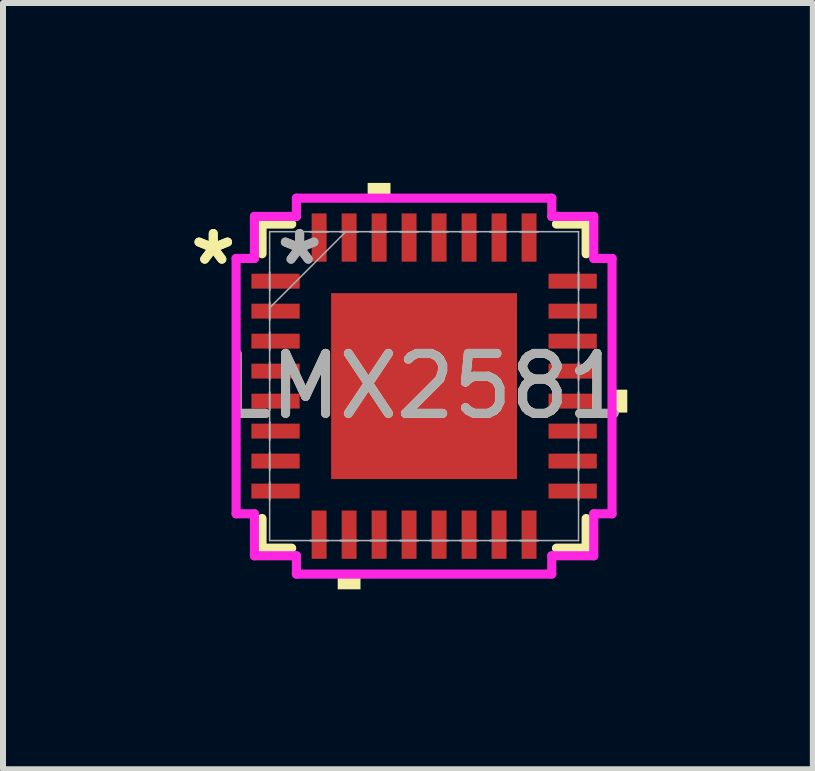
<source format=kicad_pcb>
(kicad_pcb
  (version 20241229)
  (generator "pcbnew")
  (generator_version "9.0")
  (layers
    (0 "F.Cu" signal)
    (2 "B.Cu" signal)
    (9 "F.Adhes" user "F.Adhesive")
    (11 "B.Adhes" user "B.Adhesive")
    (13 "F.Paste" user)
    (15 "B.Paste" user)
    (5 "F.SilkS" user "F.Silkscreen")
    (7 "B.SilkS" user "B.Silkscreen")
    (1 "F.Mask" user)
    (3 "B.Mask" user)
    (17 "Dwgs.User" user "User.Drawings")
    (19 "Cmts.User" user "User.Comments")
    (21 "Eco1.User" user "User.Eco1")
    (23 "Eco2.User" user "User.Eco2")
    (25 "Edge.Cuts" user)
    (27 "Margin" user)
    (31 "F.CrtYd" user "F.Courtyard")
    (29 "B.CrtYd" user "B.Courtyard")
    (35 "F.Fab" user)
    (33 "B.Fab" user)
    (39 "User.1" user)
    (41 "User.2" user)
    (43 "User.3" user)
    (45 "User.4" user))
  (footprint "LMX2581"
    (layer "F.Cu")
    (at 4.021 3.388)
    (property "Reference" "LMX2581" (at 0 0 0) (unlocked yes) (layer "F.SilkS") (effects (font (size 1 1) (thickness 0.15))))
    (attr smd)
    (fp_line (start -2.702 -2.702) (end -2.702 -2.207) (stroke (width 0.152) (type solid)) (layer "F.SilkS"))
    (fp_line (start -2.702 2.207) (end -2.702 2.702) (stroke (width 0.152) (type solid)) (layer "F.SilkS"))
    (fp_line (start -2.702 2.702) (end -2.207 2.702) (stroke (width 0.152) (type solid)) (layer "F.SilkS"))
    (fp_line (start -2.207 -2.702) (end -2.702 -2.702) (stroke (width 0.152) (type solid)) (layer "F.SilkS"))
    (fp_line (start 2.207 2.702) (end 2.702 2.702) (stroke (width 0.152) (type solid)) (layer "F.SilkS"))
    (fp_line (start 2.702 -2.702) (end 2.207 -2.702) (stroke (width 0.152) (type solid)) (layer "F.SilkS"))
    (fp_line (start 2.702 -2.207) (end 2.702 -2.702) (stroke (width 0.152) (type solid)) (layer "F.SilkS"))
    (fp_line (start 2.702 2.702) (end 2.702 2.207) (stroke (width 0.152) (type solid)) (layer "F.SilkS"))
    (fp_poly (pts (xy -1.44 3.134) (xy -1.44 3.388) (xy -1.06 3.388) (xy -1.06 3.134)) (stroke (width 0) (type solid)) (fill yes) (layer "F.SilkS"))
    (fp_poly (pts (xy -0.941 -3.134) (xy -0.941 -3.388) (xy -0.56 -3.388) (xy -0.56 -3.134)) (stroke (width 0) (type solid)) (fill yes) (layer "F.SilkS"))
    (fp_poly (pts (xy 3.388 0.059) (xy 3.388 0.441) (xy 3.134 0.441) (xy 3.134 0.059)) (stroke (width 0) (type solid)) (fill yes) (layer "F.SilkS"))
    (fp_poly (pts (xy -1.45 -1.45) (xy -1.45 -0.1) (xy -0.1 -0.1) (xy -0.1 -1.45)) (stroke (width 0) (type solid)) (fill yes) (layer "F.Paste"))
    (fp_poly (pts (xy -1.45 0.1) (xy -1.45 1.45) (xy -0.1 1.45) (xy -0.1 0.1)) (stroke (width 0) (type solid)) (fill yes) (layer "F.Paste"))
    (fp_poly (pts (xy 0.1 -1.45) (xy 0.1 -0.1) (xy 1.45 -0.1) (xy 1.45 -1.45)) (stroke (width 0) (type solid)) (fill yes) (layer "F.Paste"))
    (fp_poly (pts (xy 0.1 0.1) (xy 0.1 1.45) (xy 1.45 1.45) (xy 1.45 0.1)) (stroke (width 0) (type solid)) (fill yes) (layer "F.Paste"))
    (fp_line (start -3.134 -2.129) (end -2.829 -2.129) (stroke (width 0.152) (type solid)) (layer "F.CrtYd"))
    (fp_line (start -3.134 2.129) (end -3.134 -2.129) (stroke (width 0.152) (type solid)) (layer "F.CrtYd"))
    (fp_line (start -2.829 -2.829) (end -2.129 -2.829) (stroke (width 0.152) (type solid)) (layer "F.CrtYd"))
    (fp_line (start -2.829 -2.129) (end -2.829 -2.829) (stroke (width 0.152) (type solid)) (layer "F.CrtYd"))
    (fp_line (start -2.829 2.129) (end -3.134 2.129) (stroke (width 0.152) (type solid)) (layer "F.CrtYd"))
    (fp_line (start -2.829 2.829) (end -2.829 2.129) (stroke (width 0.152) (type solid)) (layer "F.CrtYd"))
    (fp_line (start -2.129 -3.134) (end 2.129 -3.134) (stroke (width 0.152) (type solid)) (layer "F.CrtYd"))
    (fp_line (start -2.129 -2.829) (end -2.129 -3.134) (stroke (width 0.152) (type solid)) (layer "F.CrtYd"))
    (fp_line (start -2.129 2.829) (end -2.829 2.829) (stroke (width 0.152) (type solid)) (layer "F.CrtYd"))
    (fp_line (start -2.129 3.134) (end -2.129 2.829) (stroke (width 0.152) (type solid)) (layer "F.CrtYd"))
    (fp_line (start 2.129 -3.134) (end 2.129 -2.829) (stroke (width 0.152) (type solid)) (layer "F.CrtYd"))
    (fp_line (start 2.129 -2.829) (end 2.829 -2.829) (stroke (width 0.152) (type solid)) (layer "F.CrtYd"))
    (fp_line (start 2.129 2.829) (end 2.129 3.134) (stroke (width 0.152) (type solid)) (layer "F.CrtYd"))
    (fp_line (start 2.129 3.134) (end -2.129 3.134) (stroke (width 0.152) (type solid)) (layer "F.CrtYd"))
    (fp_line (start 2.829 -2.829) (end 2.829 -2.129) (stroke (width 0.152) (type solid)) (layer "F.CrtYd"))
    (fp_line (start 2.829 -2.129) (end 3.134 -2.129) (stroke (width 0.152) (type solid)) (layer "F.CrtYd"))
    (fp_line (start 2.829 2.129) (end 2.829 2.829) (stroke (width 0.152) (type solid)) (layer "F.CrtYd"))
    (fp_line (start 2.829 2.829) (end 2.129 2.829) (stroke (width 0.152) (type solid)) (layer "F.CrtYd"))
    (fp_line (start 3.134 -2.129) (end 3.134 2.129) (stroke (width 0.152) (type solid)) (layer "F.CrtYd"))
    (fp_line (start 3.134 2.129) (end 2.829 2.129) (stroke (width 0.152) (type solid)) (layer "F.CrtYd"))
    (fp_line (start -2.575 -2.575) (end -2.575 -2.575) (stroke (width 0.025) (type solid)) (layer "F.Fab"))
    (fp_line (start -2.575 -2.575) (end -2.575 2.575) (stroke (width 0.025) (type solid)) (layer "F.Fab"))
    (fp_line (start -2.575 -1.9) (end -2.575 -1.9) (stroke (width 0.025) (type solid)) (layer "F.Fab"))
    (fp_line (start -2.575 -1.9) (end -2.575 -1.6) (stroke (width 0.025) (type solid)) (layer "F.Fab"))
    (fp_line (start -2.575 -1.6) (end -2.575 -1.9) (stroke (width 0.025) (type solid)) (layer "F.Fab"))
    (fp_line (start -2.575 -1.6) (end -2.575 -1.6) (stroke (width 0.025) (type solid)) (layer "F.Fab"))
    (fp_line (start -2.575 -1.4) (end -2.575 -1.4) (stroke (width 0.025) (type solid)) (layer "F.Fab"))
    (fp_line (start -2.575 -1.4) (end -2.575 -1.1) (stroke (width 0.025) (type solid)) (layer "F.Fab"))
    (fp_line (start -2.575 -1.305) (end -1.305 -2.575) (stroke (width 0.025) (type solid)) (layer "F.Fab"))
    (fp_line (start -2.575 -1.1) (end -2.575 -1.4) (stroke (width 0.025) (type solid)) (layer "F.Fab"))
    (fp_line (start -2.575 -1.1) (end -2.575 -1.1) (stroke (width 0.025) (type solid)) (layer "F.Fab"))
    (fp_line (start -2.575 -0.9) (end -2.575 -0.9) (stroke (width 0.025) (type solid)) (layer "F.Fab"))
    (fp_line (start -2.575 -0.9) (end -2.575 -0.6) (stroke (width 0.025) (type solid)) (layer "F.Fab"))
    (fp_line (start -2.575 -0.6) (end -2.575 -0.9) (stroke (width 0.025) (type solid)) (layer "F.Fab"))
    (fp_line (start -2.575 -0.6) (end -2.575 -0.6) (stroke (width 0.025) (type solid)) (layer "F.Fab"))
    (fp_line (start -2.575 -0.4) (end -2.575 -0.4) (stroke (width 0.025) (type solid)) (layer "F.Fab"))
    (fp_line (start -2.575 -0.4) (end -2.575 -0.1) (stroke (width 0.025) (type solid)) (layer "F.Fab"))
    (fp_line (start -2.575 -0.1) (end -2.575 -0.4) (stroke (width 0.025) (type solid)) (layer "F.Fab"))
    (fp_line (start -2.575 -0.1) (end -2.575 -0.1) (stroke (width 0.025) (type solid)) (layer "F.Fab"))
    (fp_line (start -2.575 0.1) (end -2.575 0.1) (stroke (width 0.025) (type solid)) (layer "F.Fab"))
    (fp_line (start -2.575 0.1) (end -2.575 0.4) (stroke (width 0.025) (type solid)) (layer "F.Fab"))
    (fp_line (start -2.575 0.4) (end -2.575 0.1) (stroke (width 0.025) (type solid)) (layer "F.Fab"))
    (fp_line (start -2.575 0.4) (end -2.575 0.4) (stroke (width 0.025) (type solid)) (layer "F.Fab"))
    (fp_line (start -2.575 0.6) (end -2.575 0.6) (stroke (width 0.025) (type solid)) (layer "F.Fab"))
    (fp_line (start -2.575 0.6) (end -2.575 0.9) (stroke (width 0.025) (type solid)) (layer "F.Fab"))
    (fp_line (start -2.575 0.9) (end -2.575 0.6) (stroke (width 0.025) (type solid)) (layer "F.Fab"))
    (fp_line (start -2.575 0.9) (end -2.575 0.9) (stroke (width 0.025) (type solid)) (layer "F.Fab"))
    (fp_line (start -2.575 1.1) (end -2.575 1.1) (stroke (width 0.025) (type solid)) (layer "F.Fab"))
    (fp_line (start -2.575 1.1) (end -2.575 1.4) (stroke (width 0.025) (type solid)) (layer "F.Fab"))
    (fp_line (start -2.575 1.4) (end -2.575 1.1) (stroke (width 0.025) (type solid)) (layer "F.Fab"))
    (fp_line (start -2.575 1.4) (end -2.575 1.4) (stroke (width 0.025) (type solid)) (layer "F.Fab"))
    (fp_line (start -2.575 1.6) (end -2.575 1.6) (stroke (width 0.025) (type solid)) (layer "F.Fab"))
    (fp_line (start -2.575 1.6) (end -2.575 1.9) (stroke (width 0.025) (type solid)) (layer "F.Fab"))
    (fp_line (start -2.575 1.9) (end -2.575 1.6) (stroke (width 0.025) (type solid)) (layer "F.Fab"))
    (fp_line (start -2.575 1.9) (end -2.575 1.9) (stroke (width 0.025) (type solid)) (layer "F.Fab"))
    (fp_line (start -2.575 2.575) (end -2.575 2.575) (stroke (width 0.025) (type solid)) (layer "F.Fab"))
    (fp_line (start -2.575 2.575) (end 2.575 2.575) (stroke (width 0.025) (type solid)) (layer "F.Fab"))
    (fp_line (start -1.9 -2.575) (end -1.9 -2.575) (stroke (width 0.025) (type solid)) (layer "F.Fab"))
    (fp_line (start -1.9 -2.575) (end -1.6 -2.575) (stroke (width 0.025) (type solid)) (layer "F.Fab"))
    (fp_line (start -1.9 2.575) (end -1.9 2.575) (stroke (width 0.025) (type solid)) (layer "F.Fab"))
    (fp_line (start -1.9 2.575) (end -1.6 2.575) (stroke (width 0.025) (type solid)) (layer "F.Fab"))
    (fp_line (start -1.6 -2.575) (end -1.9 -2.575) (stroke (width 0.025) (type solid)) (layer "F.Fab"))
    (fp_line (start -1.6 -2.575) (end -1.6 -2.575) (stroke (width 0.025) (type solid)) (layer "F.Fab"))
    (fp_line (start -1.6 2.575) (end -1.9 2.575) (stroke (width 0.025) (type solid)) (layer "F.Fab"))
    (fp_line (start -1.6 2.575) (end -1.6 2.575) (stroke (width 0.025) (type solid)) (layer "F.Fab"))
    (fp_line (start -1.4 -2.575) (end -1.4 -2.575) (stroke (width 0.025) (type solid)) (layer "F.Fab"))
    (fp_line (start -1.4 -2.575) (end -1.1 -2.575) (stroke (width 0.025) (type solid)) (layer "F.Fab"))
    (fp_line (start -1.4 2.575) (end -1.4 2.575) (stroke (width 0.025) (type solid)) (layer "F.Fab"))
    (fp_line (start -1.4 2.575) (end -1.1 2.575) (stroke (width 0.025) (type solid)) (layer "F.Fab"))
    (fp_line (start -1.1 -2.575) (end -1.4 -2.575) (stroke (width 0.025) (type solid)) (layer "F.Fab"))
    (fp_line (start -1.1 -2.575) (end -1.1 -2.575) (stroke (width 0.025) (type solid)) (layer "F.Fab"))
    (fp_line (start -1.1 2.575) (end -1.4 2.575) (stroke (width 0.025) (type solid)) (layer "F.Fab"))
    (fp_line (start -1.1 2.575) (end -1.1 2.575) (stroke (width 0.025) (type solid)) (layer "F.Fab"))
    (fp_line (start -0.9 -2.575) (end -0.9 -2.575) (stroke (width 0.025) (type solid)) (layer "F.Fab"))
    (fp_line (start -0.9 -2.575) (end -0.6 -2.575) (stroke (width 0.025) (type solid)) (layer "F.Fab"))
    (fp_line (start -0.9 2.575) (end -0.9 2.575) (stroke (width 0.025) (type solid)) (layer "F.Fab"))
    (fp_line (start -0.9 2.575) (end -0.6 2.575) (stroke (width 0.025) (type solid)) (layer "F.Fab"))
    (fp_line (start -0.6 -2.575) (end -0.9 -2.575) (stroke (width 0.025) (type solid)) (layer "F.Fab"))
    (fp_line (start -0.6 -2.575) (end -0.6 -2.575) (stroke (width 0.025) (type solid)) (layer "F.Fab"))
    (fp_line (start -0.6 2.575) (end -0.9 2.575) (stroke (width 0.025) (type solid)) (layer "F.Fab"))
    (fp_line (start -0.6 2.575) (end -0.6 2.575) (stroke (width 0.025) (type solid)) (layer "F.Fab"))
    (fp_line (start -0.4 -2.575) (end -0.4 -2.575) (stroke (width 0.025) (type solid)) (layer "F.Fab"))
    (fp_line (start -0.4 -2.575) (end -0.1 -2.575) (stroke (width 0.025) (type solid)) (layer "F.Fab"))
    (fp_line (start -0.4 2.575) (end -0.4 2.575) (stroke (width 0.025) (type solid)) (layer "F.Fab"))
    (fp_line (start -0.4 2.575) (end -0.1 2.575) (stroke (width 0.025) (type solid)) (layer "F.Fab"))
    (fp_line (start -0.1 -2.575) (end -0.4 -2.575) (stroke (width 0.025) (type solid)) (layer "F.Fab"))
    (fp_line (start -0.1 -2.575) (end -0.1 -2.575) (stroke (width 0.025) (type solid)) (layer "F.Fab"))
    (fp_line (start -0.1 2.575) (end -0.4 2.575) (stroke (width 0.025) (type solid)) (layer "F.Fab"))
    (fp_line (start -0.1 2.575) (end -0.1 2.575) (stroke (width 0.025) (type solid)) (layer "F.Fab"))
    (fp_line (start 0.1 -2.575) (end 0.1 -2.575) (stroke (width 0.025) (type solid)) (layer "F.Fab"))
    (fp_line (start 0.1 -2.575) (end 0.4 -2.575) (stroke (width 0.025) (type solid)) (layer "F.Fab"))
    (fp_line (start 0.1 2.575) (end 0.1 2.575) (stroke (width 0.025) (type solid)) (layer "F.Fab"))
    (fp_line (start 0.1 2.575) (end 0.4 2.575) (stroke (width 0.025) (type solid)) (layer "F.Fab"))
    (fp_line (start 0.4 -2.575) (end 0.1 -2.575) (stroke (width 0.025) (type solid)) (layer "F.Fab"))
    (fp_line (start 0.4 -2.575) (end 0.4 -2.575) (stroke (width 0.025) (type solid)) (layer "F.Fab"))
    (fp_line (start 0.4 2.575) (end 0.1 2.575) (stroke (width 0.025) (type solid)) (layer "F.Fab"))
    (fp_line (start 0.4 2.575) (end 0.4 2.575) (stroke (width 0.025) (type solid)) (layer "F.Fab"))
    (fp_line (start 0.6 -2.575) (end 0.6 -2.575) (stroke (width 0.025) (type solid)) (layer "F.Fab"))
    (fp_line (start 0.6 -2.575) (end 0.9 -2.575) (stroke (width 0.025) (type solid)) (layer "F.Fab"))
    (fp_line (start 0.6 2.575) (end 0.6 2.575) (stroke (width 0.025) (type solid)) (layer "F.Fab"))
    (fp_line (start 0.6 2.575) (end 0.9 2.575) (stroke (width 0.025) (type solid)) (layer "F.Fab"))
    (fp_line (start 0.9 -2.575) (end 0.6 -2.575) (stroke (width 0.025) (type solid)) (layer "F.Fab"))
    (fp_line (start 0.9 -2.575) (end 0.9 -2.575) (stroke (width 0.025) (type solid)) (layer "F.Fab"))
    (fp_line (start 0.9 2.575) (end 0.6 2.575) (stroke (width 0.025) (type solid)) (layer "F.Fab"))
    (fp_line (start 0.9 2.575) (end 0.9 2.575) (stroke (width 0.025) (type solid)) (layer "F.Fab"))
    (fp_line (start 1.1 -2.575) (end 1.1 -2.575) (stroke (width 0.025) (type solid)) (layer "F.Fab"))
    (fp_line (start 1.1 -2.575) (end 1.4 -2.575) (stroke (width 0.025) (type solid)) (layer "F.Fab"))
    (fp_line (start 1.1 2.575) (end 1.1 2.575) (stroke (width 0.025) (type solid)) (layer "F.Fab"))
    (fp_line (start 1.1 2.575) (end 1.4 2.575) (stroke (width 0.025) (type solid)) (layer "F.Fab"))
    (fp_line (start 1.4 -2.575) (end 1.1 -2.575) (stroke (width 0.025) (type solid)) (layer "F.Fab"))
    (fp_line (start 1.4 -2.575) (end 1.4 -2.575) (stroke (width 0.025) (type solid)) (layer "F.Fab"))
    (fp_line (start 1.4 2.575) (end 1.1 2.575) (stroke (width 0.025) (type solid)) (layer "F.Fab"))
    (fp_line (start 1.4 2.575) (end 1.4 2.575) (stroke (width 0.025) (type solid)) (layer "F.Fab"))
    (fp_line (start 1.6 -2.575) (end 1.6 -2.575) (stroke (width 0.025) (type solid)) (layer "F.Fab"))
    (fp_line (start 1.6 -2.575) (end 1.9 -2.575) (stroke (width 0.025) (type solid)) (layer "F.Fab"))
    (fp_line (start 1.6 2.575) (end 1.6 2.575) (stroke (width 0.025) (type solid)) (layer "F.Fab"))
    (fp_line (start 1.6 2.575) (end 1.9 2.575) (stroke (width 0.025) (type solid)) (layer "F.Fab"))
    (fp_line (start 1.9 -2.575) (end 1.6 -2.575) (stroke (width 0.025) (type solid)) (layer "F.Fab"))
    (fp_line (start 1.9 -2.575) (end 1.9 -2.575) (stroke (width 0.025) (type solid)) (layer "F.Fab"))
    (fp_line (start 1.9 2.575) (end 1.6 2.575) (stroke (width 0.025) (type solid)) (layer "F.Fab"))
    (fp_line (start 1.9 2.575) (end 1.9 2.575) (stroke (width 0.025) (type solid)) (layer "F.Fab"))
    (fp_line (start 2.575 -2.575) (end -2.575 -2.575) (stroke (width 0.025) (type solid)) (layer "F.Fab"))
    (fp_line (start 2.575 -2.575) (end 2.575 -2.575) (stroke (width 0.025) (type solid)) (layer "F.Fab"))
    (fp_line (start 2.575 -1.9) (end 2.575 -1.9) (stroke (width 0.025) (type solid)) (layer "F.Fab"))
    (fp_line (start 2.575 -1.9) (end 2.575 -1.6) (stroke (width 0.025) (type solid)) (layer "F.Fab"))
    (fp_line (start 2.575 -1.6) (end 2.575 -1.9) (stroke (width 0.025) (type solid)) (layer "F.Fab"))
    (fp_line (start 2.575 -1.6) (end 2.575 -1.6) (stroke (width 0.025) (type solid)) (layer "F.Fab"))
    (fp_line (start 2.575 -1.4) (end 2.575 -1.4) (stroke (width 0.025) (type solid)) (layer "F.Fab"))
    (fp_line (start 2.575 -1.4) (end 2.575 -1.1) (stroke (width 0.025) (type solid)) (layer "F.Fab"))
    (fp_line (start 2.575 -1.1) (end 2.575 -1.4) (stroke (width 0.025) (type solid)) (layer "F.Fab"))
    (fp_line (start 2.575 -1.1) (end 2.575 -1.1) (stroke (width 0.025) (type solid)) (layer "F.Fab"))
    (fp_line (start 2.575 -0.9) (end 2.575 -0.9) (stroke (width 0.025) (type solid)) (layer "F.Fab"))
    (fp_line (start 2.575 -0.9) (end 2.575 -0.6) (stroke (width 0.025) (type solid)) (layer "F.Fab"))
    (fp_line (start 2.575 -0.6) (end 2.575 -0.9) (stroke (width 0.025) (type solid)) (layer "F.Fab"))
    (fp_line (start 2.575 -0.6) (end 2.575 -0.6) (stroke (width 0.025) (type solid)) (layer "F.Fab"))
    (fp_line (start 2.575 -0.4) (end 2.575 -0.4) (stroke (width 0.025) (type solid)) (layer "F.Fab"))
    (fp_line (start 2.575 -0.4) (end 2.575 -0.1) (stroke (width 0.025) (type solid)) (layer "F.Fab"))
    (fp_line (start 2.575 -0.1) (end 2.575 -0.4) (stroke (width 0.025) (type solid)) (layer "F.Fab"))
    (fp_line (start 2.575 -0.1) (end 2.575 -0.1) (stroke (width 0.025) (type solid)) (layer "F.Fab"))
    (fp_line (start 2.575 0.1) (end 2.575 0.1) (stroke (width 0.025) (type solid)) (layer "F.Fab"))
    (fp_line (start 2.575 0.1) (end 2.575 0.4) (stroke (width 0.025) (type solid)) (layer "F.Fab"))
    (fp_line (start 2.575 0.4) (end 2.575 0.1) (stroke (width 0.025) (type solid)) (layer "F.Fab"))
    (fp_line (start 2.575 0.4) (end 2.575 0.4) (stroke (width 0.025) (type solid)) (layer "F.Fab"))
    (fp_line (start 2.575 0.6) (end 2.575 0.6) (stroke (width 0.025) (type solid)) (layer "F.Fab"))
    (fp_line (start 2.575 0.6) (end 2.575 0.9) (stroke (width 0.025) (type solid)) (layer "F.Fab"))
    (fp_line (start 2.575 0.9) (end 2.575 0.6) (stroke (width 0.025) (type solid)) (layer "F.Fab"))
    (fp_line (start 2.575 0.9) (end 2.575 0.9) (stroke (width 0.025) (type solid)) (layer "F.Fab"))
    (fp_line (start 2.575 1.1) (end 2.575 1.1) (stroke (width 0.025) (type solid)) (layer "F.Fab"))
    (fp_line (start 2.575 1.1) (end 2.575 1.4) (stroke (width 0.025) (type solid)) (layer "F.Fab"))
    (fp_line (start 2.575 1.4) (end 2.575 1.1) (stroke (width 0.025) (type solid)) (layer "F.Fab"))
    (fp_line (start 2.575 1.4) (end 2.575 1.4) (stroke (width 0.025) (type solid)) (layer "F.Fab"))
    (fp_line (start 2.575 1.6) (end 2.575 1.6) (stroke (width 0.025) (type solid)) (layer "F.Fab"))
    (fp_line (start 2.575 1.6) (end 2.575 1.9) (stroke (width 0.025) (type solid)) (layer "F.Fab"))
    (fp_line (start 2.575 1.9) (end 2.575 1.6) (stroke (width 0.025) (type solid)) (layer "F.Fab"))
    (fp_line (start 2.575 1.9) (end 2.575 1.9) (stroke (width 0.025) (type solid)) (layer "F.Fab"))
    (fp_line (start 2.575 2.575) (end 2.575 -2.575) (stroke (width 0.025) (type solid)) (layer "F.Fab"))
    (fp_line (start 2.575 2.575) (end 2.575 2.575) (stroke (width 0.025) (type solid)) (layer "F.Fab"))
    (fp_text user "*" (at -3.515 -2 0) (unlocked yes) (layer "F.SilkS") (effects (font (size 1 1) (thickness 0.15))))
    (fp_text user "*" (at -3.515 -2 0) (layer "F.SilkS") (effects (font (size 1 1) (thickness 0.15))))
    (fp_text user "*" (at -2.075 -2 0) (layer "F.Fab") (effects (font (size 1 1) (thickness 0.15))))
    (fp_text user "${REFERENCE}" (at 0 0 0) (unlocked yes) (layer "F.Fab") (effects (font (size 1 1) (thickness 0.15))))
    (fp_text user "*" (at -2.075 -2 0) (unlocked yes) (layer "F.Fab") (effects (font (size 1 1) (thickness 0.15))))
    (pad "1" smd rect (at -2.477 -1.75 90) (size 0.249 0.805) (layers "F.Cu" "F.Mask" "F.Paste"))
    (pad "2" smd rect (at -2.477 -1.25 90) (size 0.249 0.805) (layers "F.Cu" "F.Mask" "F.Paste"))
    (pad "3" smd rect (at -2.477 -0.75 90) (size 0.249 0.805) (layers "F.Cu" "F.Mask" "F.Paste"))
    (pad "4" smd rect (at -2.477 -0.25 90) (size 0.249 0.805) (layers "F.Cu" "F.Mask" "F.Paste"))
    (pad "5" smd rect (at -2.477 0.25 90) (size 0.249 0.805) (layers "F.Cu" "F.Mask" "F.Paste"))
    (pad "6" smd rect (at -2.477 0.75 90) (size 0.249 0.805) (layers "F.Cu" "F.Mask" "F.Paste"))
    (pad "7" smd rect (at -2.477 1.25 90) (size 0.249 0.805) (layers "F.Cu" "F.Mask" "F.Paste"))
    (pad "8" smd rect (at -2.477 1.75 90) (size 0.249 0.805) (layers "F.Cu" "F.Mask" "F.Paste"))
    (pad "9" smd rect (at -1.75 2.477) (size 0.249 0.805) (layers "F.Cu" "F.Mask" "F.Paste"))
    (pad "10" smd rect (at -1.25 2.477) (size 0.249 0.805) (layers "F.Cu" "F.Mask" "F.Paste"))
    (pad "11" smd rect (at -0.75 2.477) (size 0.249 0.805) (layers "F.Cu" "F.Mask" "F.Paste"))
    (pad "12" smd rect (at -0.25 2.477) (size 0.249 0.805) (layers "F.Cu" "F.Mask" "F.Paste"))
    (pad "13" smd rect (at 0.25 2.477) (size 0.249 0.805) (layers "F.Cu" "F.Mask" "F.Paste"))
    (pad "14" smd rect (at 0.75 2.477) (size 0.249 0.805) (layers "F.Cu" "F.Mask" "F.Paste"))
    (pad "15" smd rect (at 1.25 2.477) (size 0.249 0.805) (layers "F.Cu" "F.Mask" "F.Paste"))
    (pad "16" smd rect (at 1.75 2.477) (size 0.249 0.805) (layers "F.Cu" "F.Mask" "F.Paste"))
    (pad "17" smd rect (at 2.477 1.75 90) (size 0.249 0.805) (layers "F.Cu" "F.Mask" "F.Paste"))
    (pad "18" smd rect (at 2.477 1.25 90) (size 0.249 0.805) (layers "F.Cu" "F.Mask" "F.Paste"))
    (pad "19" smd rect (at 2.477 0.75 90) (size 0.249 0.805) (layers "F.Cu" "F.Mask" "F.Paste"))
    (pad "20" smd rect (at 2.477 0.25 90) (size 0.249 0.805) (layers "F.Cu" "F.Mask" "F.Paste"))
    (pad "21" smd rect (at 2.477 -0.25 90) (size 0.249 0.805) (layers "F.Cu" "F.Mask" "F.Paste"))
    (pad "22" smd rect (at 2.477 -0.75 90) (size 0.249 0.805) (layers "F.Cu" "F.Mask" "F.Paste"))
    (pad "23" smd rect (at 2.477 -1.25 90) (size 0.249 0.805) (layers "F.Cu" "F.Mask" "F.Paste"))
    (pad "24" smd rect (at 2.477 -1.75 90) (size 0.249 0.805) (layers "F.Cu" "F.Mask" "F.Paste"))
    (pad "25" smd rect (at 1.75 -2.477) (size 0.249 0.805) (layers "F.Cu" "F.Mask" "F.Paste"))
    (pad "26" smd rect (at 1.25 -2.477) (size 0.249 0.805) (layers "F.Cu" "F.Mask" "F.Paste"))
    (pad "27" smd rect (at 0.75 -2.477) (size 0.249 0.805) (layers "F.Cu" "F.Mask" "F.Paste"))
    (pad "28" smd rect (at 0.25 -2.477) (size 0.249 0.805) (layers "F.Cu" "F.Mask" "F.Paste"))
    (pad "29" smd rect (at -0.25 -2.477) (size 0.249 0.805) (layers "F.Cu" "F.Mask" "F.Paste"))
    (pad "30" smd rect (at -0.75 -2.477) (size 0.249 0.805) (layers "F.Cu" "F.Mask" "F.Paste"))
    (pad "31" smd rect (at -1.25 -2.477) (size 0.249 0.805) (layers "F.Cu" "F.Mask" "F.Paste"))
    (pad "32" smd rect (at -1.75 -2.477) (size 0.249 0.805) (layers "F.Cu" "F.Mask" "F.Paste"))
    (pad "33" smd rect (at 0 0) (size 3.1 3.1) (layers "F.Cu" "F.Mask" "F.Paste")))
  (gr_rect
    (start -3 -3)
    (end 10.503 9.776)
    (stroke (width 0.1) (type default))
    (fill no)
    (layer "Edge.Cuts")))
</source>
